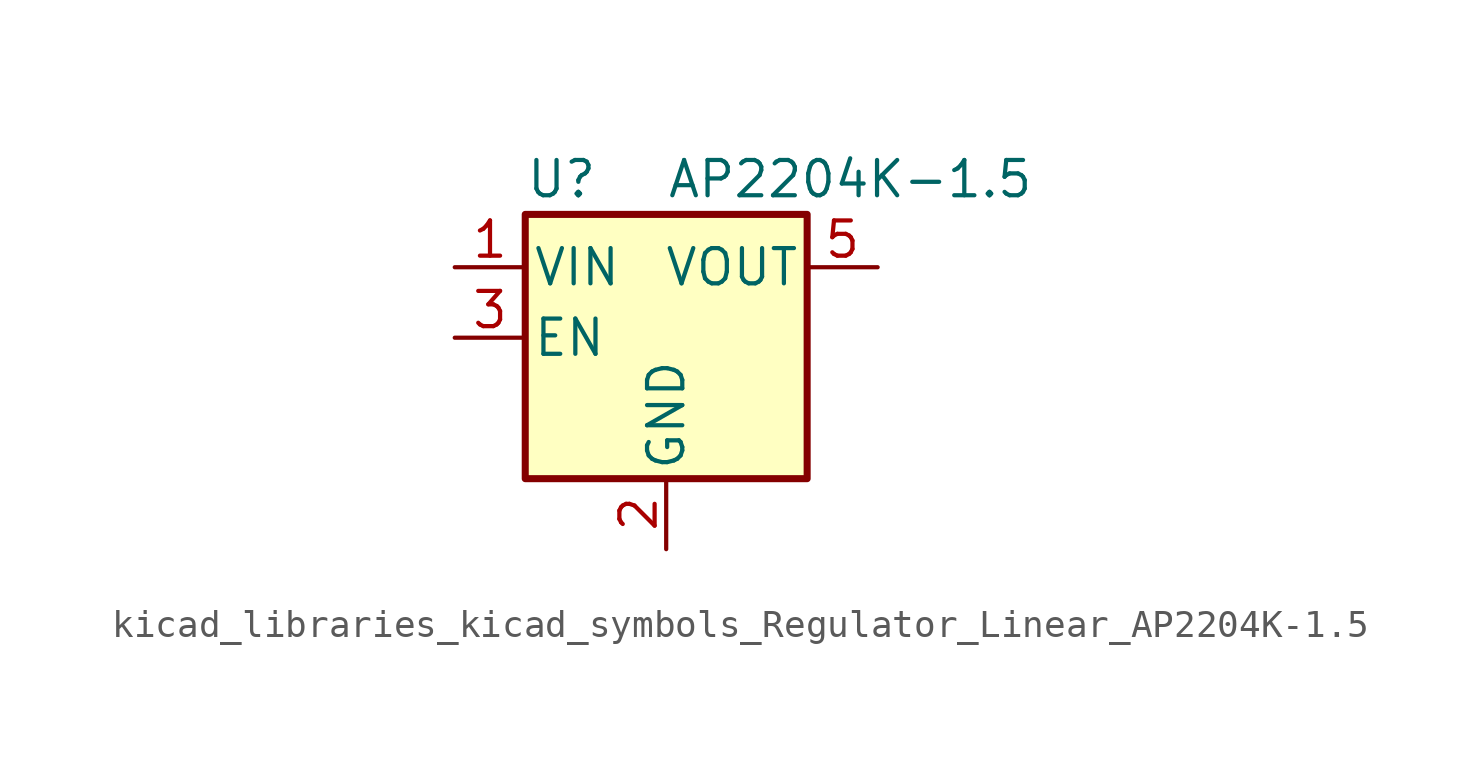
<source format=kicad_sym>
(kicad_symbol_lib
  (version 20220914)
  (generator kicad_symbol_editor)
  (symbol "kicad_libraries_kicad_symbols_Regulator_Linear_AP2204K-1.5"
    (pin_names
      (offset 0.254))
    (property "Reference" "U"
      (at -5.08 5.715 0)
      (effects (font (size 1.27 1.27)) (justify left)))
    (property "Value" "AP2204K-1.5"
      (at 0 5.715 0)
      (effects (font (size 1.27 1.27)) (justify left)))
    (symbol "kicad_libraries_kicad_symbols_Regulator_Linear_AP2204K-1.5_0_1"
      (rectangle (start -5.08 4.445) (end 5.08 -5.08) (stroke (width 0.254) (type default)) (fill (type background))))
    (symbol "kicad_libraries_kicad_symbols_Regulator_Linear_AP2204K-1.5_1_1"
      (pin power_in line (at -7.62 2.54 0) (length 2.54) (name "VIN" (effects (font (size 1.27 1.27)))) (number "1" (effects (font (size 1.27 1.27)))))
      (pin power_in line (at 0 -7.62 90) (length 2.54) (name "GND" (effects (font (size 1.27 1.27)))) (number "2" (effects (font (size 1.27 1.27)))))
      (pin input line (at -7.62 0 0) (length 2.54) (name "EN" (effects (font (size 1.27 1.27)))) (number "3" (effects (font (size 1.27 1.27)))))
      (pin no_connect line (at 5.08 0 180) (length 2.54) hide (name "NC" (effects (font (size 1.27 1.27)))) (number "4" (effects (font (size 1.27 1.27)))))
      (pin power_out line (at 7.62 2.54 180) (length 2.54) (name "VOUT" (effects (font (size 1.27 1.27)))) (number "5" (effects (font (size 1.27 1.27))))))))
</source>
